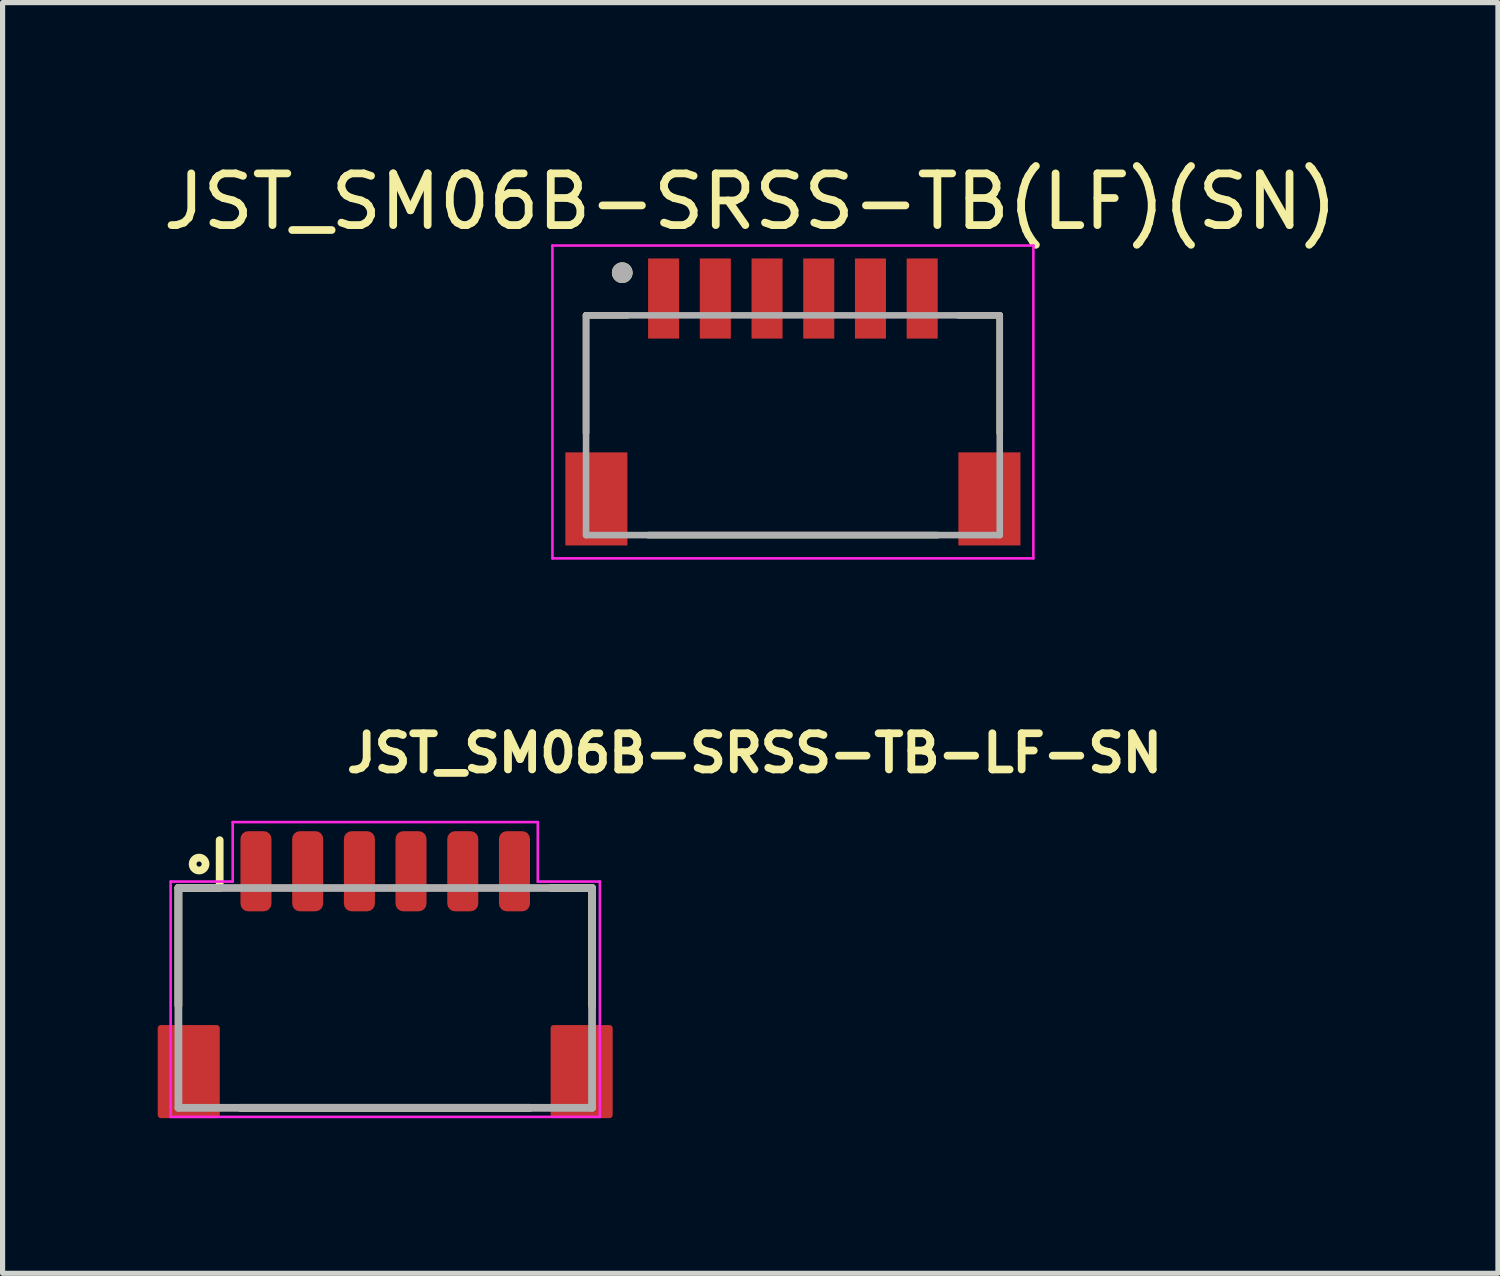
<source format=kicad_pcb>
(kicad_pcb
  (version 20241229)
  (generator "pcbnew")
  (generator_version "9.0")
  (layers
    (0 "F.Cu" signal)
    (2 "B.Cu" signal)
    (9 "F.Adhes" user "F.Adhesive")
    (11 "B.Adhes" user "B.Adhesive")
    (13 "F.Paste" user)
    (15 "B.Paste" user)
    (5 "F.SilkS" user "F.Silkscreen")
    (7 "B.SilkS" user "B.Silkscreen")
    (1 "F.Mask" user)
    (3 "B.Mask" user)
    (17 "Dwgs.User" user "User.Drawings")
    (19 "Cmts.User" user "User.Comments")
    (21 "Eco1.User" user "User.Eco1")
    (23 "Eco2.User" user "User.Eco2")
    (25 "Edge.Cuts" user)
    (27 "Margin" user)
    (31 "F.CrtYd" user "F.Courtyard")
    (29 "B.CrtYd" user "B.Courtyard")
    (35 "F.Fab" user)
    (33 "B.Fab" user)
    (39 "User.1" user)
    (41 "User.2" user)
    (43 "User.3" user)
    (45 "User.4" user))
  (footprint "JST_SM06B-SRSS-TB(LF)(SN)"
    (layer "F.Cu")
    (at 12.283 2.723)
    (property "Reference" "JST_SM06B-SRSS-TB(LF)(SN)" (at -0.825 -1.875 0) (layer "F.SilkS") (effects (font (size 1 1) (thickness 0.15))))
    (attr smd)
    (fp_line (start -4 0.325) (end -4 2.6) (stroke (width 0.127) (type solid)) (layer "F.SilkS"))
    (fp_line (start -3.2 0.325) (end -4 0.325) (stroke (width 0.127) (type solid)) (layer "F.SilkS"))
    (fp_line (start -2.8 4.575) (end 2.8 4.575) (stroke (width 0.127) (type solid)) (layer "F.SilkS"))
    (fp_line (start 3.2 0.325) (end 4 0.325) (stroke (width 0.127) (type solid)) (layer "F.SilkS"))
    (fp_line (start 4 0.325) (end 4 2.6) (stroke (width 0.127) (type solid)) (layer "F.SilkS"))
    (fp_circle (center -3.3 -0.5) (end -3.2 -0.5) (stroke (width 0.2) (type solid)) (fill no) (layer "F.SilkS"))
    (fp_line (start -4.65 -1.025) (end 4.65 -1.025) (stroke (width 0.05) (type solid)) (layer "F.CrtYd"))
    (fp_line (start -4.65 5.025) (end -4.65 -1.025) (stroke (width 0.05) (type solid)) (layer "F.CrtYd"))
    (fp_line (start 4.65 -1.025) (end 4.65 5.025) (stroke (width 0.05) (type solid)) (layer "F.CrtYd"))
    (fp_line (start 4.65 5.025) (end -4.65 5.025) (stroke (width 0.05) (type solid)) (layer "F.CrtYd"))
    (fp_line (start -4 0.325) (end 4 0.325) (stroke (width 0.127) (type solid)) (layer "F.Fab"))
    (fp_line (start -4 4.575) (end -4 0.325) (stroke (width 0.127) (type solid)) (layer "F.Fab"))
    (fp_line (start 4 0.325) (end 4 4.575) (stroke (width 0.127) (type solid)) (layer "F.Fab"))
    (fp_line (start 4 4.575) (end -4 4.575) (stroke (width 0.127) (type solid)) (layer "F.Fab"))
    (fp_circle (center -3.3 -0.5) (end -3.2 -0.5) (stroke (width 0.2) (type solid)) (fill no) (layer "F.Fab"))
    (pad "1" smd rect (at -2.5 0 180) (size 0.6 1.55) (layers "F.Cu" "F.Mask" "F.Paste"))
    (pad "2" smd rect (at -1.5 0 180) (size 0.6 1.55) (layers "F.Cu" "F.Mask" "F.Paste"))
    (pad "3" smd rect (at -0.5 0 180) (size 0.6 1.55) (layers "F.Cu" "F.Mask" "F.Paste"))
    (pad "4" smd rect (at 0.5 0 180) (size 0.6 1.55) (layers "F.Cu" "F.Mask" "F.Paste"))
    (pad "5" smd rect (at 1.5 0 180) (size 0.6 1.55) (layers "F.Cu" "F.Mask" "F.Paste"))
    (pad "6" smd rect (at 2.5 0 180) (size 0.6 1.55) (layers "F.Cu" "F.Mask" "F.Paste"))
    (pad "S1" smd rect (at -3.8 3.875) (size 1.2 1.8) (layers "F.Cu" "F.Mask" "F.Paste"))
    (pad "S2" smd rect (at 3.8 3.875) (size 1.2 1.8) (layers "F.Cu" "F.Mask" "F.Paste")))
  (footprint "JST_SM06B-SRSS-TB-LF-SN"
    (layer "F.Cu")
    (at 4.4 15.798)
    (property "Reference" "JST_SM06B-SRSS-TB-LF-SN" (at -0.825 -3.875 0) (layer "F.SilkS") (effects (font (size 0.7 0.7) (thickness 0.15)) (justify left bottom)))
    (attr smd)
    (fp_line (start -4 -1.676) (end -4 0.598) (stroke (width 0.15) (type solid)) (layer "F.SilkS"))
    (fp_line (start -3.202 -1.676) (end -4 -1.676) (stroke (width 0.15) (type solid)) (layer "F.SilkS"))
    (fp_line (start -3.202 -1.676) (end -3.202 -2.601) (stroke (width 0.15) (type solid)) (layer "F.SilkS"))
    (fp_line (start -2.8 2.575) (end 2.798 2.575) (stroke (width 0.15) (type solid)) (layer "F.SilkS"))
    (fp_line (start 3.2 -1.676) (end 3.999 -1.676) (stroke (width 0.15) (type solid)) (layer "F.SilkS"))
    (fp_line (start 3.999 -1.676) (end 3.999 0.598) (stroke (width 0.15) (type solid)) (layer "F.SilkS"))
    (fp_circle (center -3.6 -2.139) (end -3.55 -2.139) (stroke (width 0.15) (type solid)) (fill no) (layer "F.SilkS"))
    (fp_line (start -4.15 -1.8) (end -2.95 -1.8) (stroke (width 0.05) (type solid)) (layer "F.CrtYd"))
    (fp_line (start -4.15 2.75) (end -4.15 -1.8) (stroke (width 0.05) (type solid)) (layer "F.CrtYd"))
    (fp_line (start -2.95 -2.95) (end 2.95 -2.95) (stroke (width 0.05) (type solid)) (layer "F.CrtYd"))
    (fp_line (start -2.95 -1.8) (end -2.95 -2.95) (stroke (width 0.05) (type solid)) (layer "F.CrtYd"))
    (fp_line (start 2.95 -1.8) (end 2.95 -2.95) (stroke (width 0.05) (type solid)) (layer "F.CrtYd"))
    (fp_line (start 2.95 -1.8) (end 4.15 -1.8) (stroke (width 0.05) (type solid)) (layer "F.CrtYd"))
    (fp_line (start 4.15 -1.8) (end 4.15 2.75) (stroke (width 0.05) (type solid)) (layer "F.CrtYd"))
    (fp_line (start 4.15 2.75) (end -4.15 2.75) (stroke (width 0.05) (type solid)) (layer "F.CrtYd"))
    (fp_line (start -4 -1.676) (end 3.999 -1.676) (stroke (width 0.15) (type solid)) (layer "F.Fab"))
    (fp_line (start -4 2.575) (end -4 -1.676) (stroke (width 0.15) (type solid)) (layer "F.Fab"))
    (fp_line (start 3.999 -1.676) (end 3.999 2.575) (stroke (width 0.15) (type solid)) (layer "F.Fab"))
    (fp_line (start 3.999 2.575) (end -4 2.575) (stroke (width 0.15) (type solid)) (layer "F.Fab"))
    (fp_line (start -4 -1.65) (end -4 -1.05) (stroke (width 0.01) (type solid)) (layer "User.9"))
    (fp_line (start -4 -1.05) (end -4 -1) (stroke (width 0.01) (type solid)) (layer "User.9"))
    (fp_line (start -4 -1) (end -4 -0.4) (stroke (width 0.01) (type solid)) (layer "User.9"))
    (fp_line (start -4 -0.2) (end -4 -0.4) (stroke (width 0.01) (type solid)) (layer "User.9"))
    (fp_line (start -4 -0.2) (end -3.9 -0.15) (stroke (width 0.01) (type solid)) (layer "User.9"))
    (fp_line (start -4 2.6) (end -4 -0.2) (stroke (width 0.01) (type solid)) (layer "User.9"))
    (fp_line (start -3.9 -0.15) (end -3.9 2.6) (stroke (width 0.01) (type solid)) (layer "User.9"))
    (fp_line (start -3.9 2.6) (end -4 2.6) (stroke (width 0.01) (type solid)) (layer "User.9"))
    (fp_line (start -3.7 -1.05) (end -4 -1.05) (stroke (width 0.01) (type solid)) (layer "User.9"))
    (fp_line (start -3.7 -1) (end -4 -1) (stroke (width 0.01) (type solid)) (layer "User.9"))
    (fp_line (start -3.7 -1) (end -3.7 -1.05) (stroke (width 0.01) (type solid)) (layer "User.9"))
    (fp_line (start -3.7 -0.4) (end -4 -0.4) (stroke (width 0.01) (type solid)) (layer "User.9"))
    (fp_line (start -3.7 -0.4) (end -3.7 -1) (stroke (width 0.01) (type solid)) (layer "User.9"))
    (fp_line (start -3.7 -0.4) (end -3.7 -0.15) (stroke (width 0.01) (type solid)) (layer "User.9"))
    (fp_line (start -3.7 -0.15) (end -3.9 -0.15) (stroke (width 0.01) (type solid)) (layer "User.9"))
    (fp_line (start -3.5 -1.65) (end -4 -1.65) (stroke (width 0.01) (type solid)) (layer "User.9"))
    (fp_line (start -3.5 -1.65) (end -3.5 -1.05) (stroke (width 0.01) (type solid)) (layer "User.9"))
    (fp_line (start -3.5 -1.65) (end -2.725 -1.65) (stroke (width 0.01) (type solid)) (layer "User.9"))
    (fp_line (start -3.5 -1.05) (end -3.45 -1.05) (stroke (width 0.01) (type solid)) (layer "User.9"))
    (fp_line (start -3.5 -0.15) (end -3.5 -1.05) (stroke (width 0.01) (type solid)) (layer "User.9"))
    (fp_line (start -3.45 -1.05) (end -3.45 -0.15) (stroke (width 0.01) (type solid)) (layer "User.9"))
    (fp_line (start -3.45 -0.15) (end -3.7 -0.15) (stroke (width 0.01) (type solid)) (layer "User.9"))
    (fp_line (start -2.575 -2.35) (end -2.575 -2.3) (stroke (width 0.01) (type solid)) (layer "User.9"))
    (fp_line (start -2.575 -2.35) (end -2.425 -2.35) (stroke (width 0.01) (type solid)) (layer "User.9"))
    (fp_line (start -2.575 -2.3) (end -2.575 -1.874) (stroke (width 0.01) (type solid)) (layer "User.9"))
    (fp_line (start -2.575 -1.874) (end -2.575 -1.5) (stroke (width 0.01) (type solid)) (layer "User.9"))
    (fp_line (start -2.575 -1.874) (end -2.425 -1.874) (stroke (width 0.01) (type solid)) (layer "User.9"))
    (fp_line (start -2.575 -1.5) (end -2.725 -1.65) (stroke (width 0.01) (type solid)) (layer "User.9"))
    (fp_line (start -2.575 -1.5) (end -2.575 -1.05) (stroke (width 0.01) (type solid)) (layer "User.9"))
    (fp_line (start -2.575 -1.05) (end -2.575 -1.5) (stroke (width 0.01) (type solid)) (layer "User.9"))
    (fp_line (start -2.425 -2.35) (end -2.425 -2.3) (stroke (width 0.01) (type solid)) (layer "User.9"))
    (fp_line (start -2.425 -2.3) (end -2.425 -1.874) (stroke (width 0.01) (type solid)) (layer "User.9"))
    (fp_line (start -2.425 -1.874) (end -2.425 -1.5) (stroke (width 0.01) (type solid)) (layer "User.9"))
    (fp_line (start -2.425 -1.5) (end -2.575 -1.5) (stroke (width 0.01) (type solid)) (layer "User.9"))
    (fp_line (start -2.425 -1.5) (end -2.425 -1.05) (stroke (width 0.01) (type solid)) (layer "User.9"))
    (fp_line (start -2.425 -1.05) (end -2.425 -1.5) (stroke (width 0.01) (type solid)) (layer "User.9"))
    (fp_line (start -2.275 -1.65) (end -2.425 -1.5) (stroke (width 0.01) (type solid)) (layer "User.9"))
    (fp_line (start -2.275 -1.65) (end -1.725 -1.65) (stroke (width 0.01) (type solid)) (layer "User.9"))
    (fp_line (start -1.575 -2.35) (end -1.575 -2.3) (stroke (width 0.01) (type solid)) (layer "User.9"))
    (fp_line (start -1.575 -2.35) (end -1.425 -2.35) (stroke (width 0.01) (type solid)) (layer "User.9"))
    (fp_line (start -1.575 -2.3) (end -1.575 -1.874) (stroke (width 0.01) (type solid)) (layer "User.9"))
    (fp_line (start -1.575 -1.874) (end -1.575 -1.5) (stroke (width 0.01) (type solid)) (layer "User.9"))
    (fp_line (start -1.575 -1.874) (end -1.425 -1.874) (stroke (width 0.01) (type solid)) (layer "User.9"))
    (fp_line (start -1.575 -1.5) (end -1.725 -1.65) (stroke (width 0.01) (type solid)) (layer "User.9"))
    (fp_line (start -1.575 -1.5) (end -1.575 -1.05) (stroke (width 0.01) (type solid)) (layer "User.9"))
    (fp_line (start -1.575 -1.05) (end -1.575 -1.5) (stroke (width 0.01) (type solid)) (layer "User.9"))
    (fp_line (start -1.425 -2.35) (end -1.425 -2.3) (stroke (width 0.01) (type solid)) (layer "User.9"))
    (fp_line (start -1.425 -2.3) (end -1.425 -1.874) (stroke (width 0.01) (type solid)) (layer "User.9"))
    (fp_line (start -1.425 -1.874) (end -1.425 -1.5) (stroke (width 0.01) (type solid)) (layer "User.9"))
    (fp_line (start -1.425 -1.5) (end -1.575 -1.5) (stroke (width 0.01) (type solid)) (layer "User.9"))
    (fp_line (start -1.425 -1.5) (end -1.425 -1.05) (stroke (width 0.01) (type solid)) (layer "User.9"))
    (fp_line (start -1.425 -1.05) (end -1.425 -1.5) (stroke (width 0.01) (type solid)) (layer "User.9"))
    (fp_line (start -1.275 -1.65) (end -1.425 -1.5) (stroke (width 0.01) (type solid)) (layer "User.9"))
    (fp_line (start -1.275 -1.65) (end -0.725 -1.65) (stroke (width 0.01) (type solid)) (layer "User.9"))
    (fp_line (start -0.725 -1.65) (end -0.575 -1.5) (stroke (width 0.01) (type solid)) (layer "User.9"))
    (fp_line (start -0.575 -2.35) (end -0.575 -2.3) (stroke (width 0.01) (type solid)) (layer "User.9"))
    (fp_line (start -0.575 -2.35) (end -0.425 -2.35) (stroke (width 0.01) (type solid)) (layer "User.9"))
    (fp_line (start -0.575 -2.3) (end -0.575 -1.874) (stroke (width 0.01) (type solid)) (layer "User.9"))
    (fp_line (start -0.575 -1.874) (end -0.575 -1.5) (stroke (width 0.01) (type solid)) (layer "User.9"))
    (fp_line (start -0.575 -1.874) (end -0.425 -1.874) (stroke (width 0.01) (type solid)) (layer "User.9"))
    (fp_line (start -0.575 -1.5) (end -0.575 -1.05) (stroke (width 0.01) (type solid)) (layer "User.9"))
    (fp_line (start -0.575 -1.5) (end -0.575 -1.05) (stroke (width 0.01) (type solid)) (layer "User.9"))
    (fp_line (start -0.425 -2.35) (end -0.425 -2.3) (stroke (width 0.01) (type solid)) (layer "User.9"))
    (fp_line (start -0.425 -2.3) (end -0.425 -1.874) (stroke (width 0.01) (type solid)) (layer "User.9"))
    (fp_line (start -0.425 -1.874) (end -0.425 -1.5) (stroke (width 0.01) (type solid)) (layer "User.9"))
    (fp_line (start -0.425 -1.5) (end -0.575 -1.5) (stroke (width 0.01) (type solid)) (layer "User.9"))
    (fp_line (start -0.425 -1.5) (end -0.275 -1.65) (stroke (width 0.01) (type solid)) (layer "User.9"))
    (fp_line (start -0.425 -1.05) (end -0.425 -1.5) (stroke (width 0.01) (type solid)) (layer "User.9"))
    (fp_line (start -0.425 -1.05) (end -0.425 -1.5) (stroke (width 0.01) (type solid)) (layer "User.9"))
    (fp_line (start -0.275 -1.65) (end 0.275 -1.65) (stroke (width 0.01) (type solid)) (layer "User.9"))
    (fp_line (start 0.275 -1.65) (end 0.425 -1.5) (stroke (width 0.01) (type solid)) (layer "User.9"))
    (fp_line (start 0.425 -2.35) (end 0.425 -2.3) (stroke (width 0.01) (type solid)) (layer "User.9"))
    (fp_line (start 0.425 -2.35) (end 0.575 -2.35) (stroke (width 0.01) (type solid)) (layer "User.9"))
    (fp_line (start 0.425 -2.3) (end 0.425 -1.874) (stroke (width 0.01) (type solid)) (layer "User.9"))
    (fp_line (start 0.425 -1.874) (end 0.425 -1.5) (stroke (width 0.01) (type solid)) (layer "User.9"))
    (fp_line (start 0.425 -1.874) (end 0.575 -1.874) (stroke (width 0.01) (type solid)) (layer "User.9"))
    (fp_line (start 0.425 -1.5) (end 0.425 -1.05) (stroke (width 0.01) (type solid)) (layer "User.9"))
    (fp_line (start 0.425 -1.5) (end 0.425 -1.05) (stroke (width 0.01) (type solid)) (layer "User.9"))
    (fp_line (start 0.575 -2.35) (end 0.575 -2.3) (stroke (width 0.01) (type solid)) (layer "User.9"))
    (fp_line (start 0.575 -2.3) (end 0.575 -1.874) (stroke (width 0.01) (type solid)) (layer "User.9"))
    (fp_line (start 0.575 -1.874) (end 0.575 -1.5) (stroke (width 0.01) (type solid)) (layer "User.9"))
    (fp_line (start 0.575 -1.5) (end 0.425 -1.5) (stroke (width 0.01) (type solid)) (layer "User.9"))
    (fp_line (start 0.575 -1.5) (end 0.725 -1.65) (stroke (width 0.01) (type solid)) (layer "User.9"))
    (fp_line (start 0.575 -1.05) (end 0.575 -1.5) (stroke (width 0.01) (type solid)) (layer "User.9"))
    (fp_line (start 0.575 -1.05) (end 0.575 -1.5) (stroke (width 0.01) (type solid)) (layer "User.9"))
    (fp_line (start 0.725 -1.65) (end 1.275 -1.65) (stroke (width 0.01) (type solid)) (layer "User.9"))
    (fp_line (start 1.425 -2.35) (end 1.425 -2.3) (stroke (width 0.01) (type solid)) (layer "User.9"))
    (fp_line (start 1.425 -2.35) (end 1.575 -2.35) (stroke (width 0.01) (type solid)) (layer "User.9"))
    (fp_line (start 1.425 -2.3) (end 1.425 -1.874) (stroke (width 0.01) (type solid)) (layer "User.9"))
    (fp_line (start 1.425 -1.874) (end 1.425 -1.5) (stroke (width 0.01) (type solid)) (layer "User.9"))
    (fp_line (start 1.425 -1.874) (end 1.575 -1.874) (stroke (width 0.01) (type solid)) (layer "User.9"))
    (fp_line (start 1.425 -1.5) (end 1.275 -1.65) (stroke (width 0.01) (type solid)) (layer "User.9"))
    (fp_line (start 1.425 -1.5) (end 1.425 -1.05) (stroke (width 0.01) (type solid)) (layer "User.9"))
    (fp_line (start 1.425 -1.05) (end 1.425 -1.5) (stroke (width 0.01) (type solid)) (layer "User.9"))
    (fp_line (start 1.575 -2.35) (end 1.575 -2.3) (stroke (width 0.01) (type solid)) (layer "User.9"))
    (fp_line (start 1.575 -2.3) (end 1.575 -1.874) (stroke (width 0.01) (type solid)) (layer "User.9"))
    (fp_line (start 1.575 -1.874) (end 1.575 -1.5) (stroke (width 0.01) (type solid)) (layer "User.9"))
    (fp_line (start 1.575 -1.5) (end 1.425 -1.5) (stroke (width 0.01) (type solid)) (layer "User.9"))
    (fp_line (start 1.575 -1.5) (end 1.575 -1.05) (stroke (width 0.01) (type solid)) (layer "User.9"))
    (fp_line (start 1.575 -1.05) (end 1.575 -1.5) (stroke (width 0.01) (type solid)) (layer "User.9"))
    (fp_line (start 1.725 -1.65) (end 1.575 -1.5) (stroke (width 0.01) (type solid)) (layer "User.9"))
    (fp_line (start 1.725 -1.65) (end 2.275 -1.65) (stroke (width 0.01) (type solid)) (layer "User.9"))
    (fp_line (start 2.425 -2.35) (end 2.425 -2.3) (stroke (width 0.01) (type solid)) (layer "User.9"))
    (fp_line (start 2.425 -2.35) (end 2.575 -2.35) (stroke (width 0.01) (type solid)) (layer "User.9"))
    (fp_line (start 2.425 -2.3) (end 2.425 -1.874) (stroke (width 0.01) (type solid)) (layer "User.9"))
    (fp_line (start 2.425 -1.874) (end 2.425 -1.5) (stroke (width 0.01) (type solid)) (layer "User.9"))
    (fp_line (start 2.425 -1.874) (end 2.575 -1.874) (stroke (width 0.01) (type solid)) (layer "User.9"))
    (fp_line (start 2.425 -1.5) (end 2.275 -1.65) (stroke (width 0.01) (type solid)) (layer "User.9"))
    (fp_line (start 2.425 -1.5) (end 2.425 -1.05) (stroke (width 0.01) (type solid)) (layer "User.9"))
    (fp_line (start 2.425 -1.05) (end 2.425 -1.5) (stroke (width 0.01) (type solid)) (layer "User.9"))
    (fp_line (start 2.575 -2.35) (end 2.575 -2.3) (stroke (width 0.01) (type solid)) (layer "User.9"))
    (fp_line (start 2.575 -2.3) (end 2.575 -1.874) (stroke (width 0.01) (type solid)) (layer "User.9"))
    (fp_line (start 2.575 -1.874) (end 2.575 -1.5) (stroke (width 0.01) (type solid)) (layer "User.9"))
    (fp_line (start 2.575 -1.5) (end 2.425 -1.5) (stroke (width 0.01) (type solid)) (layer "User.9"))
    (fp_line (start 2.575 -1.5) (end 2.575 -1.05) (stroke (width 0.01) (type solid)) (layer "User.9"))
    (fp_line (start 2.575 -1.05) (end 2.575 -1.5) (stroke (width 0.01) (type solid)) (layer "User.9"))
    (fp_line (start 2.725 -1.65) (end 2.575 -1.5) (stroke (width 0.01) (type solid)) (layer "User.9"))
    (fp_line (start 2.725 -1.65) (end 3.5 -1.65) (stroke (width 0.01) (type solid)) (layer "User.9"))
    (fp_line (start 3.45 -1.05) (end -3.45 -1.05) (stroke (width 0.01) (type solid)) (layer "User.9"))
    (fp_line (start 3.45 -1.05) (end 3.5 -1.05) (stroke (width 0.01) (type solid)) (layer "User.9"))
    (fp_line (start 3.45 -0.15) (end 3.45 -1.05) (stroke (width 0.01) (type solid)) (layer "User.9"))
    (fp_line (start 3.45 -0.15) (end 3.7 -0.15) (stroke (width 0.01) (type solid)) (layer "User.9"))
    (fp_line (start 3.5 -1.65) (end 4 -1.65) (stroke (width 0.01) (type solid)) (layer "User.9"))
    (fp_line (start 3.5 -1.05) (end 3.5 -1.65) (stroke (width 0.01) (type solid)) (layer "User.9"))
    (fp_line (start 3.5 -1.05) (end 3.5 -0.15) (stroke (width 0.01) (type solid)) (layer "User.9"))
    (fp_line (start 3.7 -1.05) (end 4 -1.05) (stroke (width 0.01) (type solid)) (layer "User.9"))
    (fp_line (start 3.7 -1) (end 3.7 -1.05) (stroke (width 0.01) (type solid)) (layer "User.9"))
    (fp_line (start 3.7 -1) (end 4 -1) (stroke (width 0.01) (type solid)) (layer "User.9"))
    (fp_line (start 3.7 -0.4) (end 3.7 -1) (stroke (width 0.01) (type solid)) (layer "User.9"))
    (fp_line (start 3.7 -0.4) (end 3.7 -0.15) (stroke (width 0.01) (type solid)) (layer "User.9"))
    (fp_line (start 3.7 -0.4) (end 4 -0.4) (stroke (width 0.01) (type solid)) (layer "User.9"))
    (fp_line (start 3.7 -0.15) (end 3.9 -0.15) (stroke (width 0.01) (type solid)) (layer "User.9"))
    (fp_line (start 3.9 -0.15) (end 4 -0.2) (stroke (width 0.01) (type solid)) (layer "User.9"))
    (fp_line (start 3.9 2.6) (end -3.9 2.6) (stroke (width 0.01) (type solid)) (layer "User.9"))
    (fp_line (start 3.9 2.6) (end 3.9 -0.15) (stroke (width 0.01) (type solid)) (layer "User.9"))
    (fp_line (start 4 -1.65) (end 4 -1.05) (stroke (width 0.01) (type solid)) (layer "User.9"))
    (fp_line (start 4 -1.05) (end 4 -1) (stroke (width 0.01) (type solid)) (layer "User.9"))
    (fp_line (start 4 -1) (end 4 -0.4) (stroke (width 0.01) (type solid)) (layer "User.9"))
    (fp_line (start 4 -0.2) (end 4 -0.4) (stroke (width 0.01) (type solid)) (layer "User.9"))
    (fp_line (start 4 -0.2) (end 4 2.6) (stroke (width 0.01) (type solid)) (layer "User.9"))
    (fp_line (start 4 2.6) (end 3.9 2.6) (stroke (width 0.01) (type solid)) (layer "User.9"))
    (pad "1" smd roundrect (at -2.5 -2 180) (size 0.6 1.55) (layers "F.Cu" "F.Mask" "F.Paste") (roundrect_rratio 0.25))
    (pad "2" smd roundrect (at -1.5 -2 180) (size 0.6 1.55) (layers "F.Cu" "F.Mask" "F.Paste") (roundrect_rratio 0.25))
    (pad "3" smd roundrect (at -0.5 -2 180) (size 0.6 1.55) (layers "F.Cu" "F.Mask" "F.Paste") (roundrect_rratio 0.25))
    (pad "4" smd roundrect (at 0.498 -2 180) (size 0.6 1.55) (layers "F.Cu" "F.Mask" "F.Paste") (roundrect_rratio 0.25))
    (pad "5" smd roundrect (at 1.499 -2 180) (size 0.6 1.55) (layers "F.Cu" "F.Mask" "F.Paste") (roundrect_rratio 0.25))
    (pad "6" smd roundrect (at 2.499 -2 180) (size 0.6 1.55) (layers "F.Cu" "F.Mask" "F.Paste") (roundrect_rratio 0.25))
    (pad "S1" smd roundrect (at -3.8 1.874) (size 1.2 1.8) (layers "F.Cu" "F.Mask" "F.Paste") (roundrect_rratio 0.05))
    (pad "S2" smd roundrect (at 3.798 1.874) (size 1.2 1.8) (layers "F.Cu" "F.Mask" "F.Paste") (roundrect_rratio 0.05)))
  (gr_rect
    (start -3 -3)
    (end 25.917 21.573)
    (stroke (width 0.1) (type default))
    (fill no)
    (layer "Edge.Cuts")))
</source>
